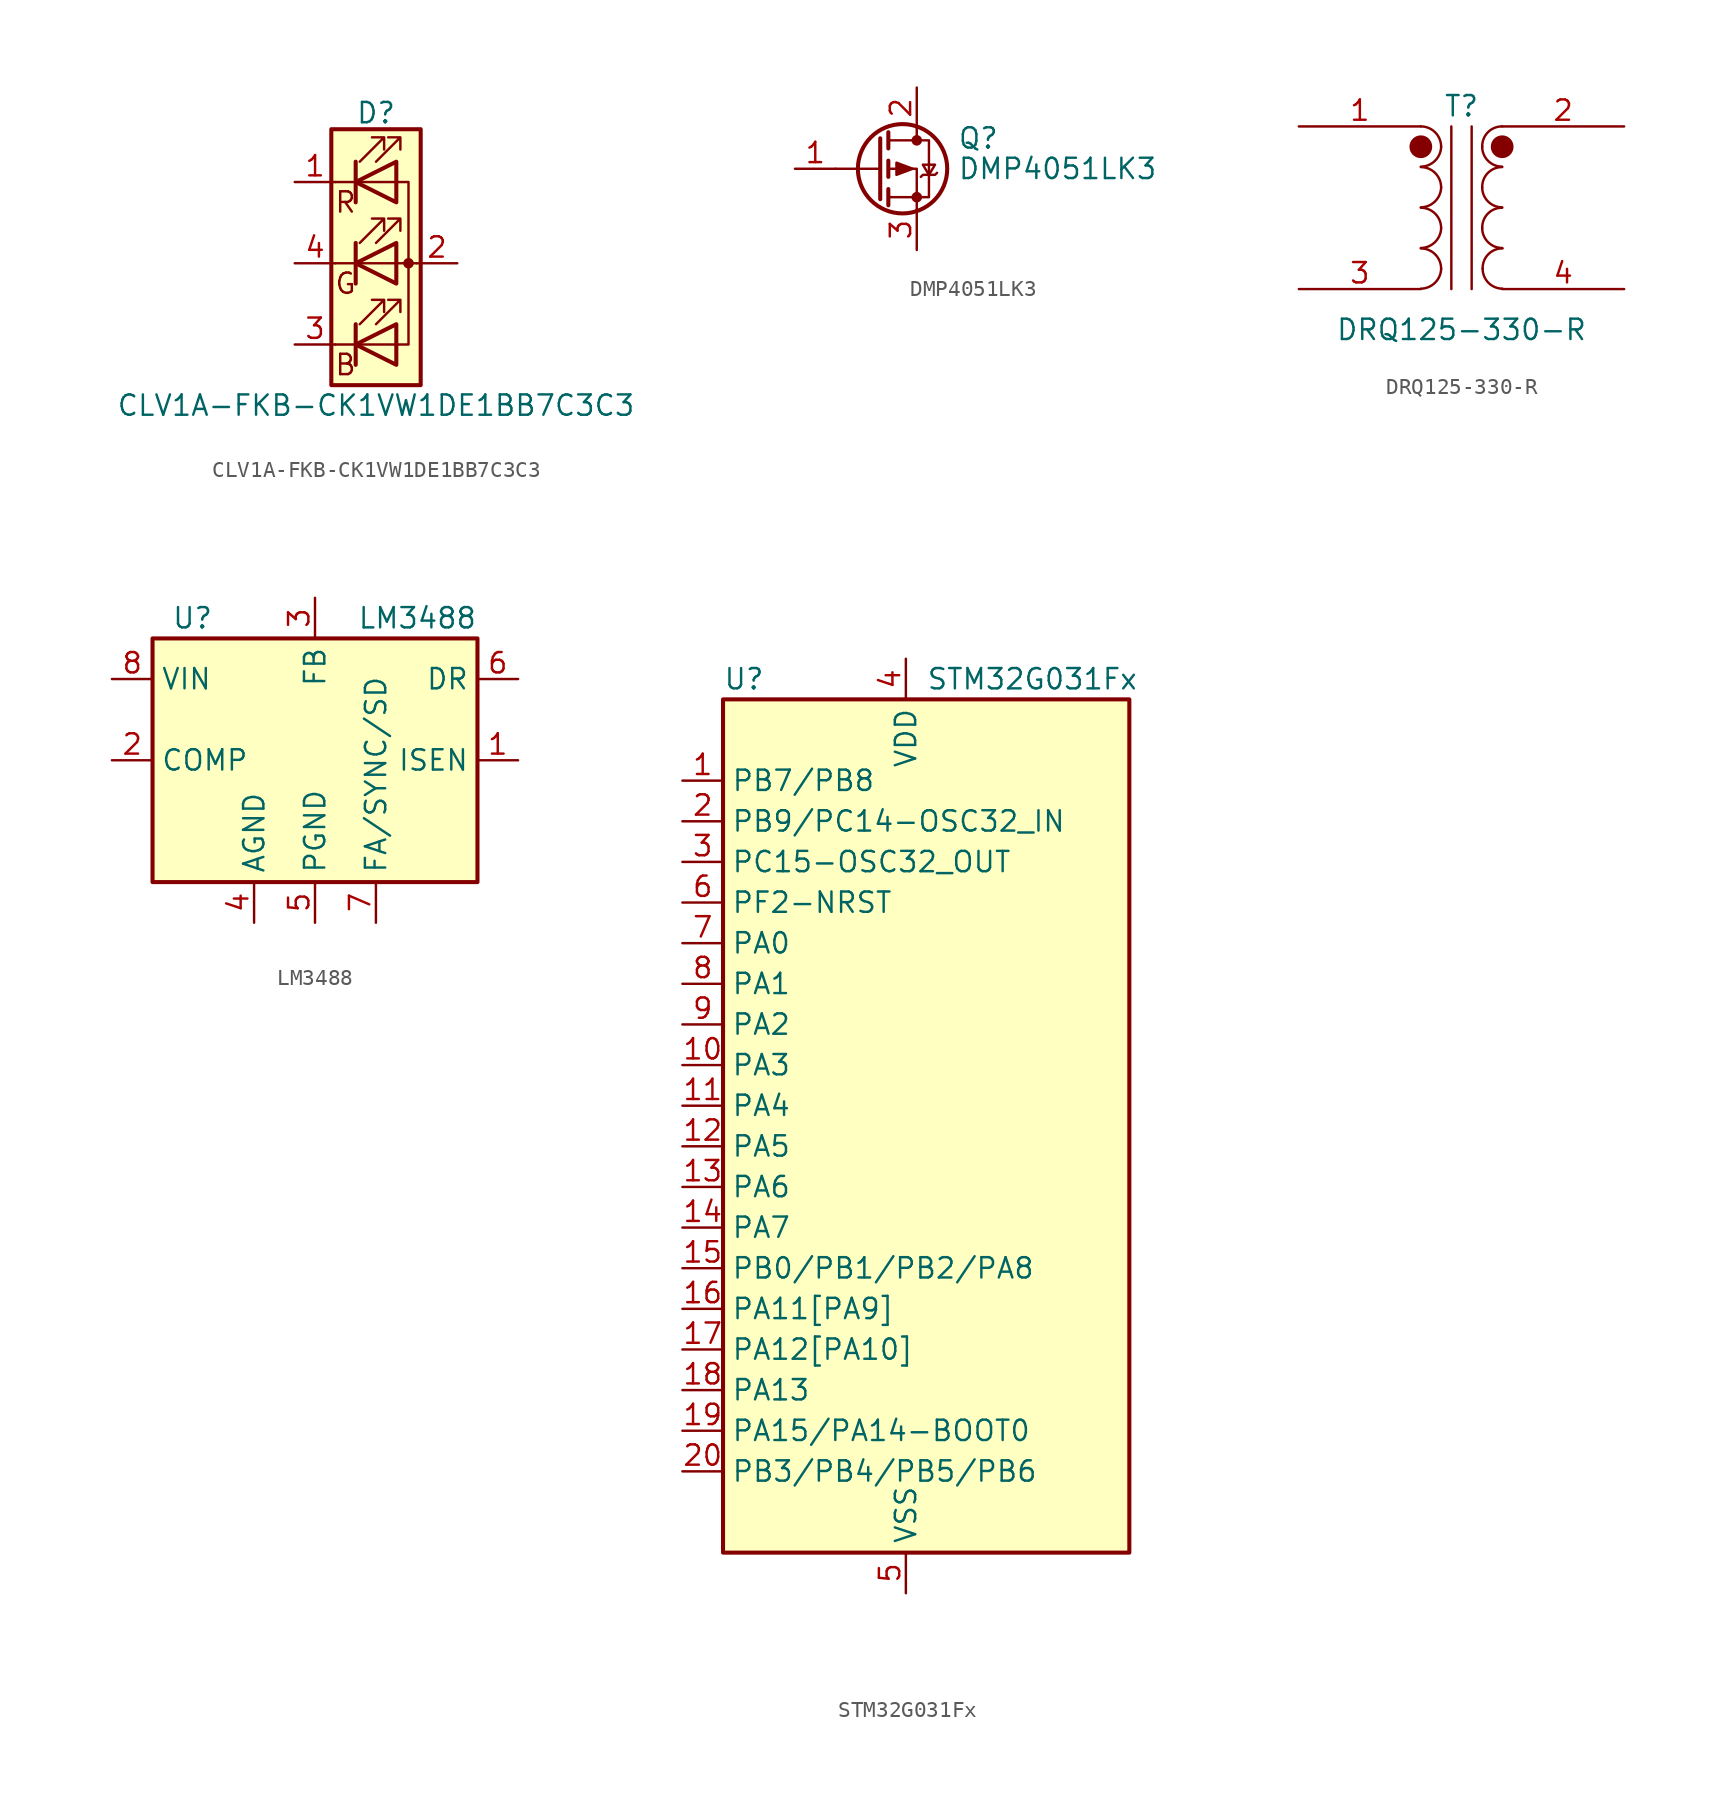
<source format=kicad_sym>
(kicad_symbol_lib
  (version 20211014)
  (generator kicad_symbol_editor)
  (symbol "CLV1A-FKB-CK1VW1DE1BB7C3C3"
    (pin_names
      (offset 0) hide)
    (property "Reference" "D"
      (at 0 9.398 0)
      (effects (font (size 1.27 1.27))))
    (property "Value" "CLV1A-FKB-CK1VW1DE1BB7C3C3"
      (at 0 -8.89 0)
      (effects (font (size 1.27 1.27))))
    (symbol "CLV1A-FKB-CK1VW1DE1BB7C3C3_0_0"
      (text "B" (at -1.905 -6.35 0) (effects (font (size 1.27 1.27))))
      (text "G" (at -1.905 -1.27 0) (effects (font (size 1.27 1.27))))
      (text "R" (at -1.905 3.81 0) (effects (font (size 1.27 1.27)))))
    (symbol "CLV1A-FKB-CK1VW1DE1BB7C3C3_0_1"
      (polyline (pts (xy -2.54 -5.08) (xy 1.27 -5.08)) (stroke (width 0) (type default) (color 0 0 0 0)) (fill (type none)))
      (polyline (pts (xy -1.27 -3.81) (xy -1.27 -6.35)) (stroke (width 0.254) (type default) (color 0 0 0 0)) (fill (type none)))
      (polyline (pts (xy -1.27 1.27) (xy -1.27 -1.27)) (stroke (width 0.254) (type default) (color 0 0 0 0)) (fill (type none)))
      (polyline (pts (xy -1.27 6.35) (xy -1.27 3.81)) (stroke (width 0.254) (type default) (color 0 0 0 0)) (fill (type none)))
      (polyline (pts (xy 1.27 5.08) (xy -2.54 5.08)) (stroke (width 0) (type default) (color 0 0 0 0)) (fill (type none)))
      (polyline (pts (xy 2.54 0) (xy -2.54 0)) (stroke (width 0) (type default) (color 0 0 0 0)) (fill (type none)))
      (polyline (pts (xy 1.27 -5.08) (xy 2.032 -5.08) (xy 2.032 5.08) (xy 1.27 5.08)) (stroke (width 0) (type default) (color 0 0 0 0)) (fill (type none)))
      (polyline (pts (xy 1.27 -3.81) (xy 1.27 -6.35) (xy -1.27 -5.08) (xy 1.27 -3.81)) (stroke (width 0.254) (type default) (color 0 0 0 0)) (fill (type none)))
      (polyline (pts (xy 1.27 1.27) (xy 1.27 -1.27) (xy -1.27 0) (xy 1.27 1.27)) (stroke (width 0.254) (type default) (color 0 0 0 0)) (fill (type none)))
      (polyline (pts (xy 1.27 6.35) (xy 1.27 3.81) (xy -1.27 5.08) (xy 1.27 6.35)) (stroke (width 0.254) (type default) (color 0 0 0 0)) (fill (type none)))
      (polyline (pts (xy -1.016 -3.81) (xy 0.508 -2.286) (xy -0.254 -2.286) (xy 0.508 -2.286) (xy 0.508 -3.048)) (stroke (width 0) (type default) (color 0 0 0 0)) (fill (type none)))
      (polyline (pts (xy -1.016 1.27) (xy 0.508 2.794) (xy -0.254 2.794) (xy 0.508 2.794) (xy 0.508 2.032)) (stroke (width 0) (type default) (color 0 0 0 0)) (fill (type none)))
      (polyline (pts (xy -1.016 6.35) (xy 0.508 7.874) (xy -0.254 7.874) (xy 0.508 7.874) (xy 0.508 7.112)) (stroke (width 0) (type default) (color 0 0 0 0)) (fill (type none)))
      (polyline (pts (xy 0 -3.81) (xy 1.524 -2.286) (xy 0.762 -2.286) (xy 1.524 -2.286) (xy 1.524 -3.048)) (stroke (width 0) (type default) (color 0 0 0 0)) (fill (type none)))
      (polyline (pts (xy 0 1.27) (xy 1.524 2.794) (xy 0.762 2.794) (xy 1.524 2.794) (xy 1.524 2.032)) (stroke (width 0) (type default) (color 0 0 0 0)) (fill (type none)))
      (polyline (pts (xy 0 6.35) (xy 1.524 7.874) (xy 0.762 7.874) (xy 1.524 7.874) (xy 1.524 7.112)) (stroke (width 0) (type default) (color 0 0 0 0)) (fill (type none)))
      (rectangle (start 1.27 6.35) (end 1.27 6.35) (stroke (width 0) (type default) (color 0 0 0 0)) (fill (type none)))
      (circle (center 2.032 0) (radius 0.254) (stroke (width 0) (type default) (color 0 0 0 0)) (fill (type outline)))
      (rectangle (start 2.794 8.382) (end -2.794 -7.62) (stroke (width 0.254) (type default) (color 0 0 0 0)) (fill (type background))))
    (symbol "CLV1A-FKB-CK1VW1DE1BB7C3C3_1_1"
      (pin passive line (at -5.08 5.08 0) (length 2.54) (name "A" (effects (font (size 1.27 1.27)))) (number "1" (effects (font (size 1.27 1.27)))))
      (pin passive line (at 5.08 0 180) (length 2.54) (name "RK" (effects (font (size 1.27 1.27)))) (number "2" (effects (font (size 1.27 1.27)))))
      (pin passive line (at -5.08 -5.08 0) (length 2.54) (name "GK" (effects (font (size 1.27 1.27)))) (number "3" (effects (font (size 1.27 1.27)))))
      (pin passive line (at -5.08 0 0) (length 2.54) (name "BK" (effects (font (size 1.27 1.27)))) (number "4" (effects (font (size 1.27 1.27)))))))
  (symbol "DMP4051LK3"
    (pin_names hide)
    (property "Reference" "Q"
      (at 5.08 1.905 0)
      (effects (font (size 1.27 1.27)) (justify left)))
    (property "Value" "DMP4051LK3"
      (at 5.08 0 0)
      (effects (font (size 1.27 1.27)) (justify left)))
    (symbol "DMP4051LK3_0_1"
      (polyline (pts (xy 0.254 0) (xy -2.54 0)) (stroke (width 0) (type default) (color 0 0 0 0)) (fill (type none)))
      (polyline (pts (xy 0.254 1.905) (xy 0.254 -1.905)) (stroke (width 0.254) (type default) (color 0 0 0 0)) (fill (type none)))
      (polyline (pts (xy 0.762 -1.27) (xy 0.762 -2.286)) (stroke (width 0.254) (type default) (color 0 0 0 0)) (fill (type none)))
      (polyline (pts (xy 0.762 0.508) (xy 0.762 -0.508)) (stroke (width 0.254) (type default) (color 0 0 0 0)) (fill (type none)))
      (polyline (pts (xy 0.762 2.286) (xy 0.762 1.27)) (stroke (width 0.254) (type default) (color 0 0 0 0)) (fill (type none)))
      (polyline (pts (xy 2.54 2.54) (xy 2.54 1.778)) (stroke (width 0) (type default) (color 0 0 0 0)) (fill (type none)))
      (polyline (pts (xy 2.54 -2.54) (xy 2.54 0) (xy 0.762 0)) (stroke (width 0) (type default) (color 0 0 0 0)) (fill (type none)))
      (polyline (pts (xy 0.762 1.778) (xy 3.302 1.778) (xy 3.302 -1.778) (xy 0.762 -1.778)) (stroke (width 0) (type default) (color 0 0 0 0)) (fill (type none)))
      (polyline (pts (xy 2.286 0) (xy 1.27 0.381) (xy 1.27 -0.381) (xy 2.286 0)) (stroke (width 0) (type default) (color 0 0 0 0)) (fill (type outline)))
      (polyline (pts (xy 2.794 -0.508) (xy 2.921 -0.381) (xy 3.683 -0.381) (xy 3.81 -0.254)) (stroke (width 0) (type default) (color 0 0 0 0)) (fill (type none)))
      (polyline (pts (xy 3.302 -0.381) (xy 2.921 0.254) (xy 3.683 0.254) (xy 3.302 -0.381)) (stroke (width 0) (type default) (color 0 0 0 0)) (fill (type none)))
      (circle (center 1.651 0) (radius 2.794) (stroke (width 0.254) (type default) (color 0 0 0 0)) (fill (type none)))
      (circle (center 2.54 -1.778) (radius 0.254) (stroke (width 0) (type default) (color 0 0 0 0)) (fill (type outline)))
      (circle (center 2.54 1.778) (radius 0.254) (stroke (width 0) (type default) (color 0 0 0 0)) (fill (type outline))))
    (symbol "DMP4051LK3_1_1"
      (pin passive line (at -5.08 0 0) (length 2.54) (name "G" (effects (font (size 1.27 1.27)))) (number "1" (effects (font (size 1.27 1.27)))))
      (pin passive line (at 2.54 5.08 270) (length 2.54) (name "D" (effects (font (size 1.27 1.27)))) (number "2" (effects (font (size 1.27 1.27)))))
      (pin passive line (at 2.54 -5.08 90) (length 2.54) (name "S" (effects (font (size 1.27 1.27)))) (number "3" (effects (font (size 1.27 1.27)))))))
  (symbol "DRQ125-330-R"
    (pin_names
      (offset 1.016) hide)
    (property "Reference" "T"
      (at 0 6.35 0)
      (effects (font (size 1.27 1.27))))
    (property "Value" "DRQ125-330-R"
      (at 0 -7.62 0)
      (effects (font (size 1.27 1.27))))
    (symbol "DRQ125-330-R_0_1"
      (arc (start -2.54 -5.0546) (mid -1.6561 -4.6863) (end -1.27 -3.81) (stroke (width 0) (type default) (color 0 0 0 0)) (fill (type none)))
      (arc (start -2.54 -2.5146) (mid -1.6561 -2.1463) (end -1.27 -1.27) (stroke (width 0) (type default) (color 0 0 0 0)) (fill (type none)))
      (arc (start -2.54 0.0254) (mid -1.6561 0.3937) (end -1.27 1.27) (stroke (width 0) (type default) (color 0 0 0 0)) (fill (type none)))
      (arc (start -2.54 2.5654) (mid -1.6561 2.9337) (end -1.27 3.81) (stroke (width 0) (type default) (color 0 0 0 0)) (fill (type none)))
      (circle (center -2.54 3.81) (radius 0.635) (stroke (width 0) (type default) (color 0 0 0 0)) (fill (type outline)))
      (arc (start -1.27 -3.81) (mid -1.642 -2.912) (end -2.54 -2.54) (stroke (width 0) (type default) (color 0 0 0 0)) (fill (type none)))
      (arc (start -1.27 -1.27) (mid -1.642 -0.372) (end -2.54 0) (stroke (width 0) (type default) (color 0 0 0 0)) (fill (type none)))
      (arc (start -1.27 1.27) (mid -1.642 2.168) (end -2.54 2.54) (stroke (width 0) (type default) (color 0 0 0 0)) (fill (type none)))
      (arc (start -1.27 3.81) (mid -1.642 4.708) (end -2.54 5.08) (stroke (width 0) (type default) (color 0 0 0 0)) (fill (type none)))
      (polyline (pts (xy -0.635 5.08) (xy -0.635 -5.08)) (stroke (width 0) (type default) (color 0 0 0 0)) (fill (type none)))
      (polyline (pts (xy 0.635 -5.08) (xy 0.635 5.08)) (stroke (width 0) (type default) (color 0 0 0 0)) (fill (type none)))
      (arc (start 1.2954 -1.27) (mid 1.6599 -2.1501) (end 2.54 -2.5146) (stroke (width 0) (type default) (color 0 0 0 0)) (fill (type none)))
      (arc (start 1.2954 1.27) (mid 1.6599 0.3899) (end 2.54 0.0254) (stroke (width 0) (type default) (color 0 0 0 0)) (fill (type none)))
      (arc (start 1.2954 3.81) (mid 1.6599 2.9299) (end 2.54 2.5654) (stroke (width 0) (type default) (color 0 0 0 0)) (fill (type none)))
      (arc (start 1.3208 -3.81) (mid 1.6853 -4.6901) (end 2.5654 -5.0546) (stroke (width 0) (type default) (color 0 0 0 0)) (fill (type none)))
      (arc (start 2.54 0) (mid 1.6456 -0.3683) (end 1.2954 -1.27) (stroke (width 0) (type default) (color 0 0 0 0)) (fill (type none)))
      (arc (start 2.54 2.54) (mid 1.6456 2.1717) (end 1.2954 1.27) (stroke (width 0) (type default) (color 0 0 0 0)) (fill (type none)))
      (circle (center 2.54 3.81) (radius 0.635) (stroke (width 0) (type default) (color 0 0 0 0)) (fill (type outline)))
      (arc (start 2.54 5.08) (mid 1.6456 4.7117) (end 1.2954 3.81) (stroke (width 0) (type default) (color 0 0 0 0)) (fill (type none)))
      (arc (start 2.5654 -2.54) (mid 1.671 -2.9083) (end 1.3208 -3.81) (stroke (width 0) (type default) (color 0 0 0 0)) (fill (type none))))
    (symbol "DRQ125-330-R_1_1"
      (pin passive line (at -10.16 5.08 0) (length 7.62) (name "AA" (effects (font (size 1.27 1.27)))) (number "1" (effects (font (size 1.27 1.27)))))
      (pin passive line (at 10.16 5.08 180) (length 7.62) (name "AB" (effects (font (size 1.27 1.27)))) (number "2" (effects (font (size 1.27 1.27)))))
      (pin passive line (at -10.16 -5.08 0) (length 7.62) (name "SA" (effects (font (size 1.27 1.27)))) (number "3" (effects (font (size 1.27 1.27)))))
      (pin passive line (at 10.16 -5.08 180) (length 7.62) (name "SB" (effects (font (size 1.27 1.27)))) (number "4" (effects (font (size 1.27 1.27)))))))
  (symbol "LM3488"
    (property "Reference" "U"
      (at -6.35 8.89 0)
      (effects (font (size 1.27 1.27)) (justify right)))
    (property "Value" "LM3488"
      (at 10.16 8.89 0)
      (effects (font (size 1.27 1.27)) (justify right)))
    (symbol "LM3488_0_1"
      (rectangle (start -10.16 7.62) (end 10.16 -7.62) (stroke (width 0.254) (type default) (color 0 0 0 0)) (fill (type background))))
    (symbol "LM3488_1_1"
      (pin input line (at 12.7 0 180) (length 2.54) (name "ISEN" (effects (font (size 1.27 1.27)))) (number "1" (effects (font (size 1.27 1.27)))))
      (pin input line (at -12.7 0 0) (length 2.54) (name "COMP" (effects (font (size 1.27 1.27)))) (number "2" (effects (font (size 1.27 1.27)))))
      (pin input line (at 0 10.16 270) (length 2.54) (name "FB" (effects (font (size 1.27 1.27)))) (number "3" (effects (font (size 1.27 1.27)))))
      (pin power_in line (at -3.81 -10.16 90) (length 2.54) (name "AGND" (effects (font (size 1.27 1.27)))) (number "4" (effects (font (size 1.27 1.27)))))
      (pin power_in line (at 0 -10.16 90) (length 2.54) (name "PGND" (effects (font (size 1.27 1.27)))) (number "5" (effects (font (size 1.27 1.27)))))
      (pin power_out line (at 12.7 5.08 180) (length 2.54) (name "DR" (effects (font (size 1.27 1.27)))) (number "6" (effects (font (size 1.27 1.27)))))
      (pin input line (at 3.81 -10.16 90) (length 2.54) (name "FA/SYNC/SD" (effects (font (size 1.27 1.27)))) (number "7" (effects (font (size 1.27 1.27)))))
      (pin power_in line (at -12.7 5.08 0) (length 2.54) (name "VIN" (effects (font (size 1.27 1.27)))) (number "8" (effects (font (size 1.27 1.27)))))))
  (symbol "STM32G031Fx"
    (property "Reference" "U"
      (at -11.43 27.94 0)
      (effects (font (size 1.27 1.27)) (justify left)))
    (property "Value" "STM32G031Fx"
      (at 1.27 27.94 0)
      (effects (font (size 1.27 1.27)) (justify left)))
    (symbol "STM32G031Fx_0_1"
      (rectangle (start -11.43 26.67) (end 13.97 -26.67) (stroke (width 0.254) (type default) (color 0 0 0 0)) (fill (type background))))
    (symbol "STM32G031Fx_1_1"
      (pin bidirectional line (at -13.97 21.59 0) (length 2.54) (name "PB7/PB8" (effects (font (size 1.27 1.27)))) (number "1" (effects (font (size 1.27 1.27)))))
      (pin bidirectional line (at -13.97 3.81 0) (length 2.54) (name "PA3" (effects (font (size 1.27 1.27)))) (number "10" (effects (font (size 1.27 1.27)))))
      (pin bidirectional line (at -13.97 1.27 0) (length 2.54) (name "PA4" (effects (font (size 1.27 1.27)))) (number "11" (effects (font (size 1.27 1.27)))))
      (pin bidirectional line (at -13.97 -1.27 0) (length 2.54) (name "PA5" (effects (font (size 1.27 1.27)))) (number "12" (effects (font (size 1.27 1.27)))))
      (pin bidirectional line (at -13.97 -3.81 0) (length 2.54) (name "PA6" (effects (font (size 1.27 1.27)))) (number "13" (effects (font (size 1.27 1.27)))))
      (pin bidirectional line (at -13.97 -6.35 0) (length 2.54) (name "PA7" (effects (font (size 1.27 1.27)))) (number "14" (effects (font (size 1.27 1.27)))))
      (pin bidirectional line (at -13.97 -8.89 0) (length 2.54) (name "PB0/PB1/PB2/PA8" (effects (font (size 1.27 1.27)))) (number "15" (effects (font (size 1.27 1.27)))))
      (pin bidirectional line (at -13.97 -11.43 0) (length 2.54) (name "PA11[PA9]" (effects (font (size 1.27 1.27)))) (number "16" (effects (font (size 1.27 1.27)))))
      (pin bidirectional line (at -13.97 -13.97 0) (length 2.54) (name "PA12[PA10]" (effects (font (size 1.27 1.27)))) (number "17" (effects (font (size 1.27 1.27)))))
      (pin bidirectional line (at -13.97 -16.51 0) (length 2.54) (name "PA13" (effects (font (size 1.27 1.27)))) (number "18" (effects (font (size 1.27 1.27)))))
      (pin bidirectional line (at -13.97 -19.05 0) (length 2.54) (name "PA15/PA14-BOOT0" (effects (font (size 1.27 1.27)))) (number "19" (effects (font (size 1.27 1.27)))))
      (pin bidirectional line (at -13.97 19.05 0) (length 2.54) (name "PB9/PC14-OSC32_IN" (effects (font (size 1.27 1.27)))) (number "2" (effects (font (size 1.27 1.27)))))
      (pin bidirectional line (at -13.97 -21.59 0) (length 2.54) (name "PB3/PB4/PB5/PB6" (effects (font (size 1.27 1.27)))) (number "20" (effects (font (size 1.27 1.27)))))
      (pin bidirectional line (at -13.97 16.51 0) (length 2.54) (name "PC15-OSC32_OUT" (effects (font (size 1.27 1.27)))) (number "3" (effects (font (size 1.27 1.27)))))
      (pin power_in line (at 0 29.21 270) (length 2.54) (name "VDD" (effects (font (size 1.27 1.27)))) (number "4" (effects (font (size 1.27 1.27)))))
      (pin power_in line (at 0 -29.21 90) (length 2.54) (name "VSS" (effects (font (size 1.27 1.27)))) (number "5" (effects (font (size 1.27 1.27)))))
      (pin bidirectional line (at -13.97 13.97 0) (length 2.54) (name "PF2-NRST" (effects (font (size 1.27 1.27)))) (number "6" (effects (font (size 1.27 1.27)))))
      (pin bidirectional line (at -13.97 11.43 0) (length 2.54) (name "PA0" (effects (font (size 1.27 1.27)))) (number "7" (effects (font (size 1.27 1.27)))))
      (pin bidirectional line (at -13.97 8.89 0) (length 2.54) (name "PA1" (effects (font (size 1.27 1.27)))) (number "8" (effects (font (size 1.27 1.27)))))
      (pin bidirectional line (at -13.97 6.35 0) (length 2.54) (name "PA2" (effects (font (size 1.27 1.27)))) (number "9" (effects (font (size 1.27 1.27))))))))
</source>
